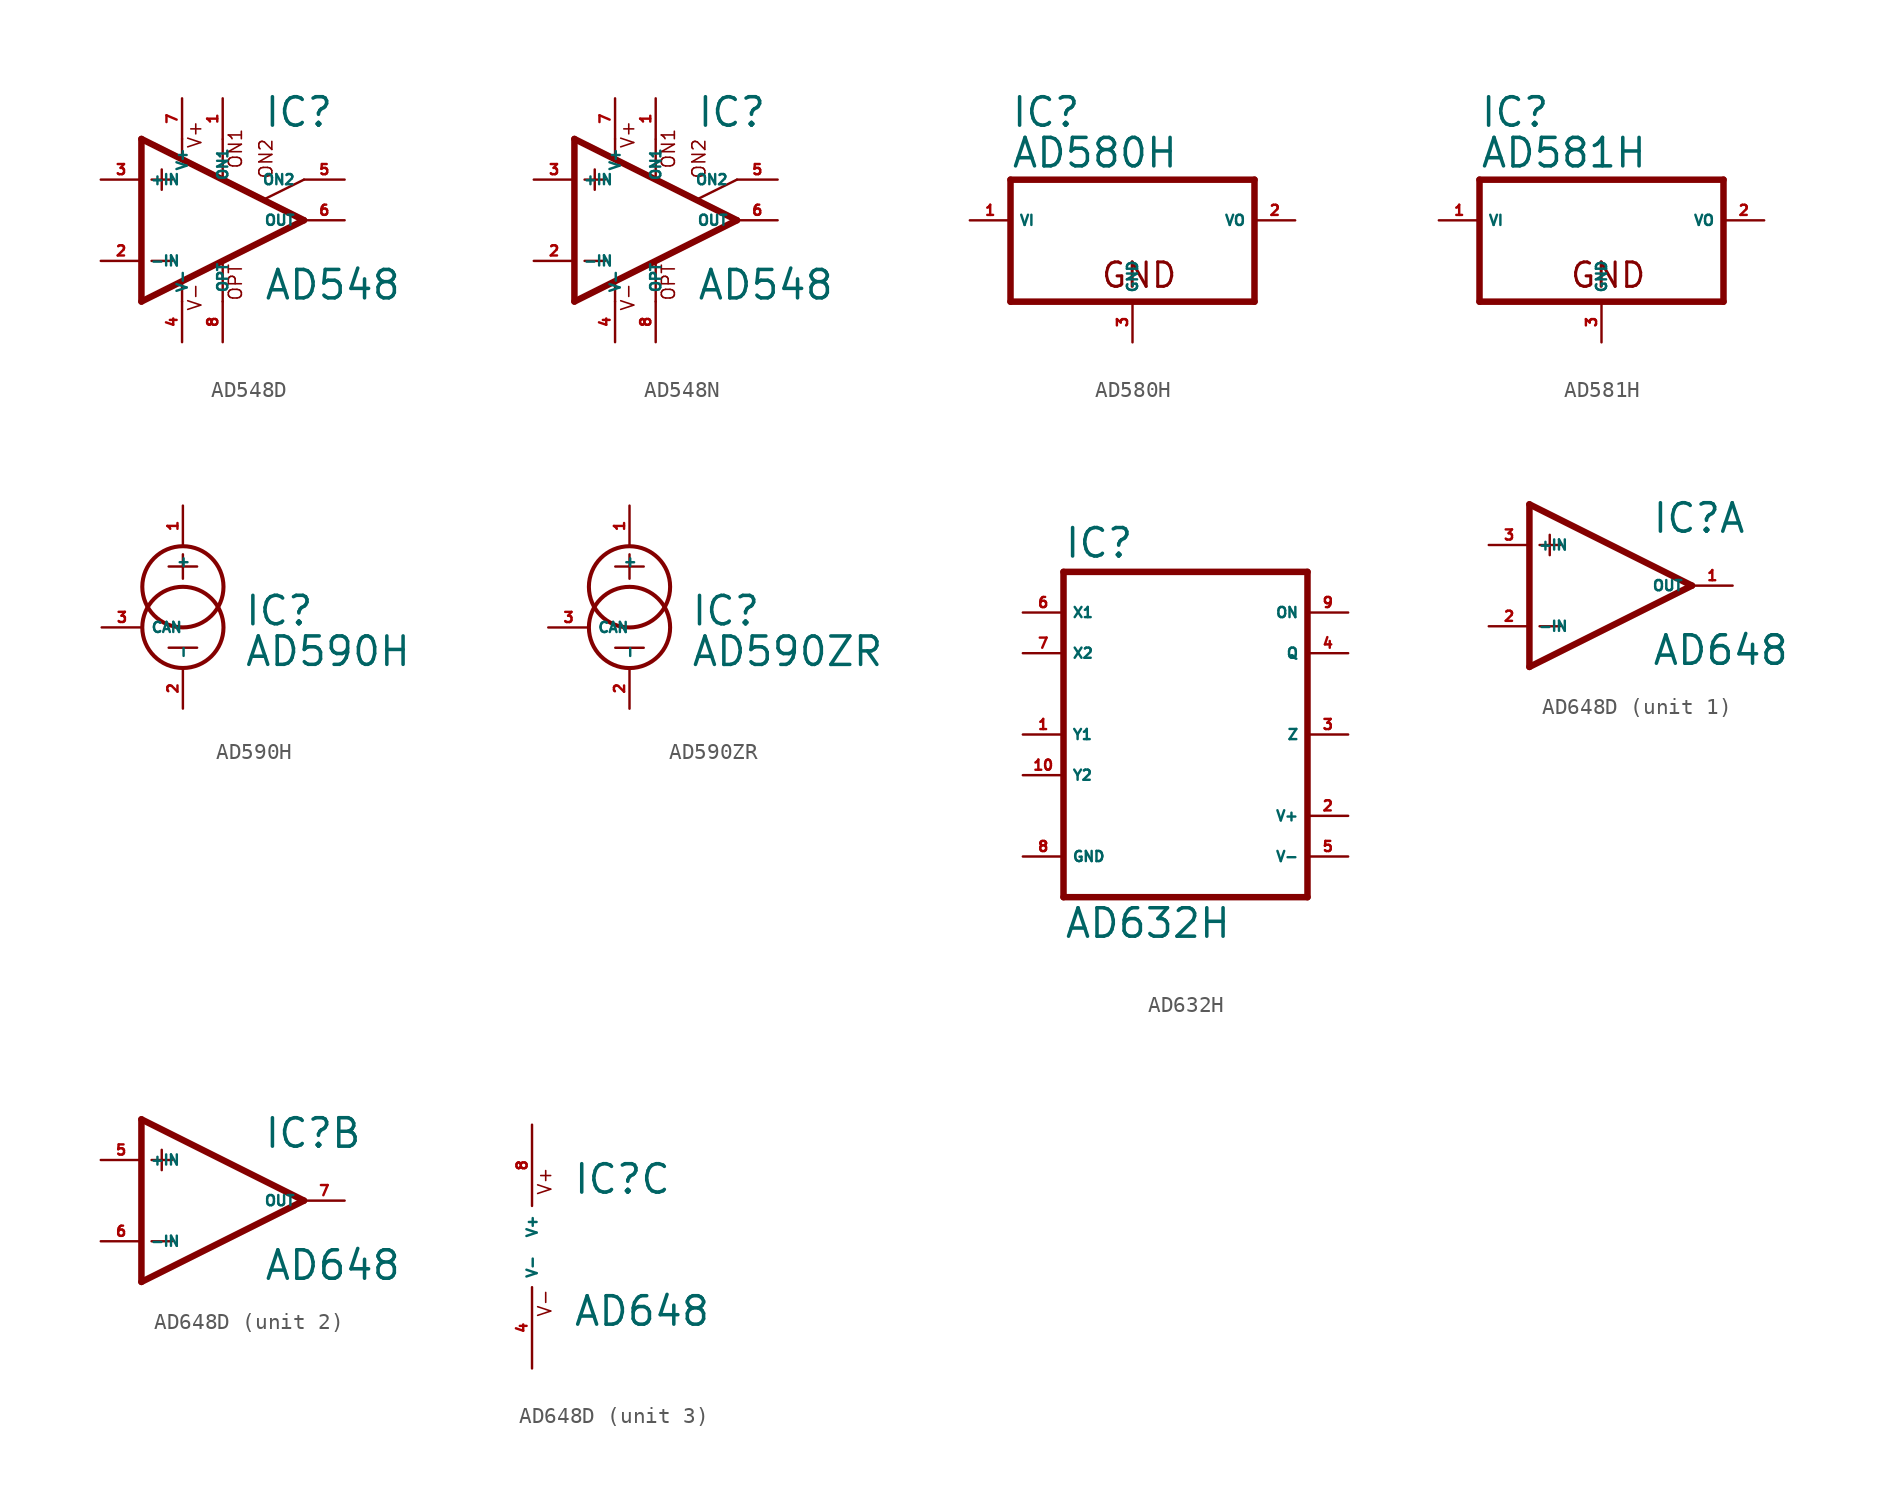
<source format=kicad_sym>
(kicad_symbol_lib
  (version 20220914)
  (generator Eagle2Kicad)
  (symbol "AD548D"
    (property "Reference" "IC"
      (at 2.54 5.715 0)
      (effects (font (size 1.778 1.778) (thickness 0.22)) (justify left bottom)))
    (property "Value" "AD548"
      (at 2.54 -5.08 0)
      (effects (font (size 1.778 1.778) (thickness 0.22)) (justify left bottom)))
    (polyline
      (pts (xy -3.81 3.175) (xy -3.81 1.905))
      (stroke (width 0.152) (type default))
      (fill (type none)))
    (polyline
      (pts (xy -4.445 2.54) (xy -3.175 2.54))
      (stroke (width 0.152) (type default))
      (fill (type none)))
    (polyline
      (pts (xy -4.445 -2.54) (xy -3.175 -2.54))
      (stroke (width 0.152) (type default))
      (fill (type none)))
    (polyline
      (pts (xy -2.54 5.08) (xy -2.54 3.886))
      (stroke (width 0.152) (type default))
      (fill (type none)))
    (polyline
      (pts (xy 0 5.055) (xy 0 2.616))
      (stroke (width 0.152) (type default))
      (fill (type none)))
    (polyline
      (pts (xy 0 -2.616) (xy 0 -5.08))
      (stroke (width 0.152) (type default))
      (fill (type none)))
    (polyline
      (pts (xy -2.54 -3.912) (xy -2.54 -5.08))
      (stroke (width 0.152) (type default))
      (fill (type none)))
    (polyline
      (pts (xy 5.08 2.54) (xy 2.616 1.321))
      (stroke (width 0.152) (type default))
      (fill (type none)))
    (polyline
      (pts (xy 5.08 0) (xy -5.08 5.08))
      (stroke (width 0.406) (type default))
      (fill (type none)))
    (polyline
      (pts (xy -5.08 5.08) (xy -5.08 -5.08))
      (stroke (width 0.406) (type default))
      (fill (type none)))
    (polyline
      (pts (xy -5.08 -5.08) (xy 5.08 0))
      (stroke (width 0.406) (type default))
      (fill (type none)))
    (text "ON1"
      (at 1.27 3.175 900)
      (effects (font (size 0.813 0.813) (thickness 0.10)) (justify left bottom)))
    (text "ON2"
      (at 3.175 2.54 900)
      (effects (font (size 0.813 0.813) (thickness 0.10)) (justify left bottom)))
    (text "OPT"
      (at 1.27 -5.08 900)
      (effects (font (size 0.813 0.813) (thickness 0.10)) (justify left bottom)))
    (text "V+"
      (at -1.27 4.445 900)
      (effects (font (size 0.813 0.813) (thickness 0.10)) (justify left bottom)))
    (text "V-"
      (at -1.27 -5.715 900)
      (effects (font (size 0.813 0.813) (thickness 0.10)) (justify left bottom)))
    (pin passive line
      (at 7.62 2.54 180)
      (length 2.54)
      (name "ON2" (effects (font (size 0.635 0.635) (thickness 0.08)) (justify left bottom)))
      (number "5" (effects (font (size 0.635 0.635) (thickness 0.08)) (justify left bottom))))
    (pin passive line
      (at 0 7.62 270)
      (length 2.54)
      (name "ON1" (effects (font (size 0.635 0.635) (thickness 0.08)) (justify left bottom)))
      (number "1" (effects (font (size 0.635 0.635) (thickness 0.08)) (justify left bottom))))
    (pin input line
      (at -7.62 -2.54 0)
      (length 2.54)
      (name "-IN" (effects (font (size 0.635 0.635) (thickness 0.08)) (justify left bottom)))
      (number "2" (effects (font (size 0.635 0.635) (thickness 0.08)) (justify left bottom))))
    (pin input line
      (at -7.62 2.54 0)
      (length 2.54)
      (name "+IN" (effects (font (size 0.635 0.635) (thickness 0.08)) (justify left bottom)))
      (number "3" (effects (font (size 0.635 0.635) (thickness 0.08)) (justify left bottom))))
    (pin output line
      (at 7.62 0 180)
      (length 2.54)
      (name "OUT" (effects (font (size 0.635 0.635) (thickness 0.08)) (justify left bottom)))
      (number "6" (effects (font (size 0.635 0.635) (thickness 0.08)) (justify left bottom))))
    (pin passive line
      (at 0 -7.62 90)
      (length 2.54)
      (name "OPT" (effects (font (size 0.635 0.635) (thickness 0.08)) (justify left bottom)))
      (number "8" (effects (font (size 0.635 0.635) (thickness 0.08)) (justify left bottom))))
    (pin unspecified line
      (at -2.54 7.62 270)
      (length 2.54)
      (name "V+" (effects (font (size 0.635 0.635) (thickness 0.08)) (justify left bottom)))
      (number "7" (effects (font (size 0.635 0.635) (thickness 0.08)) (justify left bottom))))
    (pin unspecified line
      (at -2.54 -7.62 90)
      (length 2.54)
      (name "V-" (effects (font (size 0.635 0.635) (thickness 0.08)) (justify left bottom)))
      (number "4" (effects (font (size 0.635 0.635) (thickness 0.08)) (justify left bottom)))))
  (symbol "AD548N"
    (property "Reference" "IC"
      (at 2.54 5.715 0)
      (effects (font (size 1.778 1.778) (thickness 0.22)) (justify left bottom)))
    (property "Value" "AD548"
      (at 2.54 -5.08 0)
      (effects (font (size 1.778 1.778) (thickness 0.22)) (justify left bottom)))
    (polyline
      (pts (xy -3.81 3.175) (xy -3.81 1.905))
      (stroke (width 0.152) (type default))
      (fill (type none)))
    (polyline
      (pts (xy -4.445 2.54) (xy -3.175 2.54))
      (stroke (width 0.152) (type default))
      (fill (type none)))
    (polyline
      (pts (xy -4.445 -2.54) (xy -3.175 -2.54))
      (stroke (width 0.152) (type default))
      (fill (type none)))
    (polyline
      (pts (xy -2.54 5.08) (xy -2.54 3.886))
      (stroke (width 0.152) (type default))
      (fill (type none)))
    (polyline
      (pts (xy 0 5.055) (xy 0 2.616))
      (stroke (width 0.152) (type default))
      (fill (type none)))
    (polyline
      (pts (xy 0 -2.616) (xy 0 -5.08))
      (stroke (width 0.152) (type default))
      (fill (type none)))
    (polyline
      (pts (xy -2.54 -3.912) (xy -2.54 -5.08))
      (stroke (width 0.152) (type default))
      (fill (type none)))
    (polyline
      (pts (xy 5.08 2.54) (xy 2.616 1.321))
      (stroke (width 0.152) (type default))
      (fill (type none)))
    (polyline
      (pts (xy 5.08 0) (xy -5.08 5.08))
      (stroke (width 0.406) (type default))
      (fill (type none)))
    (polyline
      (pts (xy -5.08 5.08) (xy -5.08 -5.08))
      (stroke (width 0.406) (type default))
      (fill (type none)))
    (polyline
      (pts (xy -5.08 -5.08) (xy 5.08 0))
      (stroke (width 0.406) (type default))
      (fill (type none)))
    (text "ON1"
      (at 1.27 3.175 900)
      (effects (font (size 0.813 0.813) (thickness 0.10)) (justify left bottom)))
    (text "ON2"
      (at 3.175 2.54 900)
      (effects (font (size 0.813 0.813) (thickness 0.10)) (justify left bottom)))
    (text "OPT"
      (at 1.27 -5.08 900)
      (effects (font (size 0.813 0.813) (thickness 0.10)) (justify left bottom)))
    (text "V+"
      (at -1.27 4.445 900)
      (effects (font (size 0.813 0.813) (thickness 0.10)) (justify left bottom)))
    (text "V-"
      (at -1.27 -5.715 900)
      (effects (font (size 0.813 0.813) (thickness 0.10)) (justify left bottom)))
    (pin passive line
      (at 7.62 2.54 180)
      (length 2.54)
      (name "ON2" (effects (font (size 0.635 0.635) (thickness 0.08)) (justify left bottom)))
      (number "5" (effects (font (size 0.635 0.635) (thickness 0.08)) (justify left bottom))))
    (pin passive line
      (at 0 7.62 270)
      (length 2.54)
      (name "ON1" (effects (font (size 0.635 0.635) (thickness 0.08)) (justify left bottom)))
      (number "1" (effects (font (size 0.635 0.635) (thickness 0.08)) (justify left bottom))))
    (pin input line
      (at -7.62 -2.54 0)
      (length 2.54)
      (name "-IN" (effects (font (size 0.635 0.635) (thickness 0.08)) (justify left bottom)))
      (number "2" (effects (font (size 0.635 0.635) (thickness 0.08)) (justify left bottom))))
    (pin input line
      (at -7.62 2.54 0)
      (length 2.54)
      (name "+IN" (effects (font (size 0.635 0.635) (thickness 0.08)) (justify left bottom)))
      (number "3" (effects (font (size 0.635 0.635) (thickness 0.08)) (justify left bottom))))
    (pin output line
      (at 7.62 0 180)
      (length 2.54)
      (name "OUT" (effects (font (size 0.635 0.635) (thickness 0.08)) (justify left bottom)))
      (number "6" (effects (font (size 0.635 0.635) (thickness 0.08)) (justify left bottom))))
    (pin passive line
      (at 0 -7.62 90)
      (length 2.54)
      (name "OPT" (effects (font (size 0.635 0.635) (thickness 0.08)) (justify left bottom)))
      (number "8" (effects (font (size 0.635 0.635) (thickness 0.08)) (justify left bottom))))
    (pin unspecified line
      (at -2.54 7.62 270)
      (length 2.54)
      (name "V+" (effects (font (size 0.635 0.635) (thickness 0.08)) (justify left bottom)))
      (number "7" (effects (font (size 0.635 0.635) (thickness 0.08)) (justify left bottom))))
    (pin unspecified line
      (at -2.54 -7.62 90)
      (length 2.54)
      (name "V-" (effects (font (size 0.635 0.635) (thickness 0.08)) (justify left bottom)))
      (number "4" (effects (font (size 0.635 0.635) (thickness 0.08)) (justify left bottom)))))
  (symbol "AD580H"
    (property "Reference" "IC"
      (at -7.62 5.715 0)
      (effects (font (size 1.778 1.778) (thickness 0.22)) (justify left bottom)))
    (property "Value" "AD580H"
      (at -7.62 3.175 0)
      (effects (font (size 1.778 1.778) (thickness 0.22)) (justify left bottom)))
    (polyline
      (pts (xy -7.62 -5.08) (xy 7.62 -5.08))
      (stroke (width 0.406) (type default))
      (fill (type none)))
    (polyline
      (pts (xy 7.62 -5.08) (xy 7.62 2.54))
      (stroke (width 0.406) (type default))
      (fill (type none)))
    (polyline
      (pts (xy 7.62 2.54) (xy -7.62 2.54))
      (stroke (width 0.406) (type default))
      (fill (type none)))
    (polyline
      (pts (xy -7.62 2.54) (xy -7.62 -5.08))
      (stroke (width 0.406) (type default))
      (fill (type none)))
    (text "GND"
      (at -2.032 -4.318 0)
      (effects (font (size 1.524 1.524) (thickness 0.19)) (justify left bottom)))
    (pin input line
      (at -10.16 0 0)
      (length 2.54)
      (name "VI" (effects (font (size 0.635 0.635) (thickness 0.08)) (justify left bottom)))
      (number "1" (effects (font (size 0.635 0.635) (thickness 0.08)) (justify left bottom))))
    (pin passive line
      (at 0 -7.62 90)
      (length 2.54)
      (name "GND" (effects (font (size 0.635 0.635) (thickness 0.08)) (justify left bottom)))
      (number "3" (effects (font (size 0.635 0.635) (thickness 0.08)) (justify left bottom))))
    (pin passive line
      (at 10.16 0 180)
      (length 2.54)
      (name "VO" (effects (font (size 0.635 0.635) (thickness 0.08)) (justify left bottom)))
      (number "2" (effects (font (size 0.635 0.635) (thickness 0.08)) (justify left bottom)))))
  (symbol "AD581H"
    (property "Reference" "IC"
      (at -7.62 5.715 0)
      (effects (font (size 1.778 1.778) (thickness 0.22)) (justify left bottom)))
    (property "Value" "AD581H"
      (at -7.62 3.175 0)
      (effects (font (size 1.778 1.778) (thickness 0.22)) (justify left bottom)))
    (polyline
      (pts (xy -7.62 -5.08) (xy 7.62 -5.08))
      (stroke (width 0.406) (type default))
      (fill (type none)))
    (polyline
      (pts (xy 7.62 -5.08) (xy 7.62 2.54))
      (stroke (width 0.406) (type default))
      (fill (type none)))
    (polyline
      (pts (xy 7.62 2.54) (xy -7.62 2.54))
      (stroke (width 0.406) (type default))
      (fill (type none)))
    (polyline
      (pts (xy -7.62 2.54) (xy -7.62 -5.08))
      (stroke (width 0.406) (type default))
      (fill (type none)))
    (text "GND"
      (at -2.032 -4.318 0)
      (effects (font (size 1.524 1.524) (thickness 0.19)) (justify left bottom)))
    (pin input line
      (at -10.16 0 0)
      (length 2.54)
      (name "VI" (effects (font (size 0.635 0.635) (thickness 0.08)) (justify left bottom)))
      (number "1" (effects (font (size 0.635 0.635) (thickness 0.08)) (justify left bottom))))
    (pin passive line
      (at 0 -7.62 90)
      (length 2.54)
      (name "GND" (effects (font (size 0.635 0.635) (thickness 0.08)) (justify left bottom)))
      (number "3" (effects (font (size 0.635 0.635) (thickness 0.08)) (justify left bottom))))
    (pin passive line
      (at 10.16 0 180)
      (length 2.54)
      (name "VO" (effects (font (size 0.635 0.635) (thickness 0.08)) (justify left bottom)))
      (number "2" (effects (font (size 0.635 0.635) (thickness 0.08)) (justify left bottom)))))
  (symbol "AD590H"
    (property "Reference" "IC"
      (at 3.81 0 0)
      (effects (font (size 1.778 1.778) (thickness 0.22)) (justify left bottom)))
    (property "Value" "AD590H"
      (at 3.81 -2.54 0)
      (effects (font (size 1.778 1.778) (thickness 0.22)) (justify left bottom)))
    (polyline
      (pts (xy 0 4.572) (xy 0 3.048))
      (stroke (width 0.152) (type default))
      (fill (type none)))
    (polyline
      (pts (xy -0.889 3.81) (xy 0.889 3.81))
      (stroke (width 0.152) (type default))
      (fill (type none)))
    (polyline
      (pts (xy -0.889 -1.27) (xy 0.889 -1.27))
      (stroke (width 0.152) (type default))
      (fill (type none)))
    (circle
      (center 0 2.54)
      (radius 2.54)
      (stroke (width 0.254) (type default))
      (fill (type none)))
    (circle
      (center 0 0)
      (radius 2.54)
      (stroke (width 0.254) (type default))
      (fill (type none)))
    (pin input line
      (at 0 7.62 270)
      (length 2.54)
      (name "+" (effects (font (size 0.635 0.635) (thickness 0.08)) (justify left bottom)))
      (number "1" (effects (font (size 0.635 0.635) (thickness 0.08)) (justify left bottom))))
    (pin input line
      (at 0 -5.08 90)
      (length 2.54)
      (name "-" (effects (font (size 0.635 0.635) (thickness 0.08)) (justify left bottom)))
      (number "2" (effects (font (size 0.635 0.635) (thickness 0.08)) (justify left bottom))))
    (pin passive line
      (at -5.08 0 0)
      (length 2.54)
      (name "CAN" (effects (font (size 0.635 0.635) (thickness 0.08)) (justify left bottom)))
      (number "3" (effects (font (size 0.635 0.635) (thickness 0.08)) (justify left bottom)))))
  (symbol "AD590ZR"
    (property "Reference" "IC"
      (at 3.81 0 0)
      (effects (font (size 1.778 1.778) (thickness 0.22)) (justify left bottom)))
    (property "Value" "AD590ZR"
      (at 3.81 -2.54 0)
      (effects (font (size 1.778 1.778) (thickness 0.22)) (justify left bottom)))
    (polyline
      (pts (xy 0 4.572) (xy 0 3.048))
      (stroke (width 0.152) (type default))
      (fill (type none)))
    (polyline
      (pts (xy -0.889 3.81) (xy 0.889 3.81))
      (stroke (width 0.152) (type default))
      (fill (type none)))
    (polyline
      (pts (xy -0.889 -1.27) (xy 0.889 -1.27))
      (stroke (width 0.152) (type default))
      (fill (type none)))
    (circle
      (center 0 2.54)
      (radius 2.54)
      (stroke (width 0.254) (type default))
      (fill (type none)))
    (circle
      (center 0 0)
      (radius 2.54)
      (stroke (width 0.254) (type default))
      (fill (type none)))
    (pin input line
      (at 0 7.62 270)
      (length 2.54)
      (name "+" (effects (font (size 0.635 0.635) (thickness 0.08)) (justify left bottom)))
      (number "1" (effects (font (size 0.635 0.635) (thickness 0.08)) (justify left bottom))))
    (pin input line
      (at 0 -5.08 90)
      (length 2.54)
      (name "-" (effects (font (size 0.635 0.635) (thickness 0.08)) (justify left bottom)))
      (number "2" (effects (font (size 0.635 0.635) (thickness 0.08)) (justify left bottom))))
    (pin passive line
      (at -5.08 0 0)
      (length 2.54)
      (name "CAN" (effects (font (size 0.635 0.635) (thickness 0.08)) (justify left bottom)))
      (number "3" (effects (font (size 0.635 0.635) (thickness 0.08)) (justify left bottom)))))
  (symbol "AD632H"
    (property "Reference" "IC"
      (at -7.62 10.922 0)
      (effects (font (size 1.778 1.778) (thickness 0.22)) (justify left bottom)))
    (property "Value" "AD632H"
      (at -7.62 -12.827 0)
      (effects (font (size 1.778 1.778) (thickness 0.22)) (justify left bottom)))
    (polyline
      (pts (xy -7.62 -10.16) (xy 7.62 -10.16))
      (stroke (width 0.406) (type default))
      (fill (type none)))
    (polyline
      (pts (xy 7.62 -10.16) (xy 7.62 10.16))
      (stroke (width 0.406) (type default))
      (fill (type none)))
    (polyline
      (pts (xy 7.62 10.16) (xy -7.62 10.16))
      (stroke (width 0.406) (type default))
      (fill (type none)))
    (polyline
      (pts (xy -7.62 10.16) (xy -7.62 -10.16))
      (stroke (width 0.406) (type default))
      (fill (type none)))
    (pin input line
      (at -10.16 7.62 0)
      (length 2.54)
      (name "X1" (effects (font (size 0.635 0.635) (thickness 0.08)) (justify left bottom)))
      (number "6" (effects (font (size 0.635 0.635) (thickness 0.08)) (justify left bottom))))
    (pin output line
      (at 10.16 5.08 180)
      (length 2.54)
      (name "Q" (effects (font (size 0.635 0.635) (thickness 0.08)) (justify left bottom)))
      (number "4" (effects (font (size 0.635 0.635) (thickness 0.08)) (justify left bottom))))
    (pin input line
      (at 10.16 7.62 180)
      (length 2.54)
      (name "ON" (effects (font (size 0.635 0.635) (thickness 0.08)) (justify left bottom)))
      (number "9" (effects (font (size 0.635 0.635) (thickness 0.08)) (justify left bottom))))
    (pin input line
      (at -10.16 0 0)
      (length 2.54)
      (name "Y1" (effects (font (size 0.635 0.635) (thickness 0.08)) (justify left bottom)))
      (number "1" (effects (font (size 0.635 0.635) (thickness 0.08)) (justify left bottom))))
    (pin unspecified line
      (at -10.16 -7.62 0)
      (length 2.54)
      (name "GND" (effects (font (size 0.635 0.635) (thickness 0.08)) (justify left bottom)))
      (number "8" (effects (font (size 0.635 0.635) (thickness 0.08)) (justify left bottom))))
    (pin input line
      (at 10.16 0 180)
      (length 2.54)
      (name "Z" (effects (font (size 0.635 0.635) (thickness 0.08)) (justify left bottom)))
      (number "3" (effects (font (size 0.635 0.635) (thickness 0.08)) (justify left bottom))))
    (pin input line
      (at -10.16 5.08 0)
      (length 2.54)
      (name "X2" (effects (font (size 0.635 0.635) (thickness 0.08)) (justify left bottom)))
      (number "7" (effects (font (size 0.635 0.635) (thickness 0.08)) (justify left bottom))))
    (pin input line
      (at -10.16 -2.54 0)
      (length 2.54)
      (name "Y2" (effects (font (size 0.635 0.635) (thickness 0.08)) (justify left bottom)))
      (number "10" (effects (font (size 0.635 0.635) (thickness 0.08)) (justify left bottom))))
    (pin unspecified line
      (at 10.16 -5.08 180)
      (length 2.54)
      (name "V+" (effects (font (size 0.635 0.635) (thickness 0.08)) (justify left bottom)))
      (number "2" (effects (font (size 0.635 0.635) (thickness 0.08)) (justify left bottom))))
    (pin unspecified line
      (at 10.16 -7.62 180)
      (length 2.54)
      (name "V-" (effects (font (size 0.635 0.635) (thickness 0.08)) (justify left bottom)))
      (number "5" (effects (font (size 0.635 0.635) (thickness 0.08)) (justify left bottom)))))
  (symbol "AD648D"
    (property "Reference" "IC"
      (at 2.54 3.175 0)
      (effects (font (size 1.778 1.778) (thickness 0.22)) (justify left bottom)))
    (property "Value" "AD648"
      (at 2.54 -5.08 0)
      (effects (font (size 1.778 1.778) (thickness 0.22)) (justify left bottom)))
    (symbol "AD648D_1_0"
      (polyline (pts (xy -5.08 5.08) (xy -5.08 -5.08)) (stroke (width 0.406) (type default)) (fill (type none)))
      (polyline (pts (xy -5.08 -5.08) (xy 5.08 0)) (stroke (width 0.406) (type default)) (fill (type none)))
      (polyline (pts (xy 5.08 0) (xy -5.08 5.08)) (stroke (width 0.406) (type default)) (fill (type none)))
      (polyline (pts (xy -3.81 3.175) (xy -3.81 1.905)) (stroke (width 0.152) (type default)) (fill (type none)))
      (polyline (pts (xy -4.445 2.54) (xy -3.175 2.54)) (stroke (width 0.152) (type default)) (fill (type none)))
      (polyline (pts (xy -4.445 -2.54) (xy -3.175 -2.54)) (stroke (width 0.152) (type default)) (fill (type none)))
      (pin input line (at -7.62 -2.54 0) (length 2.54) (name "-IN" (effects (font (size 0.635 0.635) (thickness 0.08)) (justify left bottom))) (number "2" (effects (font (size 0.635 0.635) (thickness 0.08)) (justify left bottom))))
      (pin input line (at -7.62 2.54 0) (length 2.54) (name "+IN" (effects (font (size 0.635 0.635) (thickness 0.08)) (justify left bottom))) (number "3" (effects (font (size 0.635 0.635) (thickness 0.08)) (justify left bottom))))
      (pin output line (at 7.62 0 180) (length 2.54) (name "OUT" (effects (font (size 0.635 0.635) (thickness 0.08)) (justify left bottom))) (number "1" (effects (font (size 0.635 0.635) (thickness 0.08)) (justify left bottom)))))
    (symbol "AD648D_2_0"
      (polyline (pts (xy -5.08 5.08) (xy -5.08 -5.08)) (stroke (width 0.406) (type default)) (fill (type none)))
      (polyline (pts (xy -5.08 -5.08) (xy 5.08 0)) (stroke (width 0.406) (type default)) (fill (type none)))
      (polyline (pts (xy 5.08 0) (xy -5.08 5.08)) (stroke (width 0.406) (type default)) (fill (type none)))
      (polyline (pts (xy -3.81 3.175) (xy -3.81 1.905)) (stroke (width 0.152) (type default)) (fill (type none)))
      (polyline (pts (xy -4.445 2.54) (xy -3.175 2.54)) (stroke (width 0.152) (type default)) (fill (type none)))
      (polyline (pts (xy -4.445 -2.54) (xy -3.175 -2.54)) (stroke (width 0.152) (type default)) (fill (type none)))
      (pin input line (at -7.62 -2.54 0) (length 2.54) (name "-IN" (effects (font (size 0.635 0.635) (thickness 0.08)) (justify left bottom))) (number "6" (effects (font (size 0.635 0.635) (thickness 0.08)) (justify left bottom))))
      (pin input line (at -7.62 2.54 0) (length 2.54) (name "+IN" (effects (font (size 0.635 0.635) (thickness 0.08)) (justify left bottom))) (number "5" (effects (font (size 0.635 0.635) (thickness 0.08)) (justify left bottom))))
      (pin output line (at 7.62 0 180) (length 2.54) (name "OUT" (effects (font (size 0.635 0.635) (thickness 0.08)) (justify left bottom))) (number "7" (effects (font (size 0.635 0.635) (thickness 0.08)) (justify left bottom)))))
    (symbol "AD648D_3_0"
      (text "V+" (at 1.27 3.175 900) (effects (font (size 0.813 0.813) (thickness 0.10)) (justify left bottom)))
      (text "V-" (at 1.27 -4.445 900) (effects (font (size 0.813 0.813) (thickness 0.10)) (justify left bottom)))
      (pin unspecified line (at 0 7.62 270) (length 5.08) (name "V+" (effects (font (size 0.635 0.635) (thickness 0.08)) (justify left bottom))) (number "8" (effects (font (size 0.635 0.635) (thickness 0.08)) (justify left bottom))))
      (pin unspecified line (at 0 -7.62 90) (length 5.08) (name "V-" (effects (font (size 0.635 0.635) (thickness 0.08)) (justify left bottom))) (number "4" (effects (font (size 0.635 0.635) (thickness 0.08)) (justify left bottom)))))))
</source>
